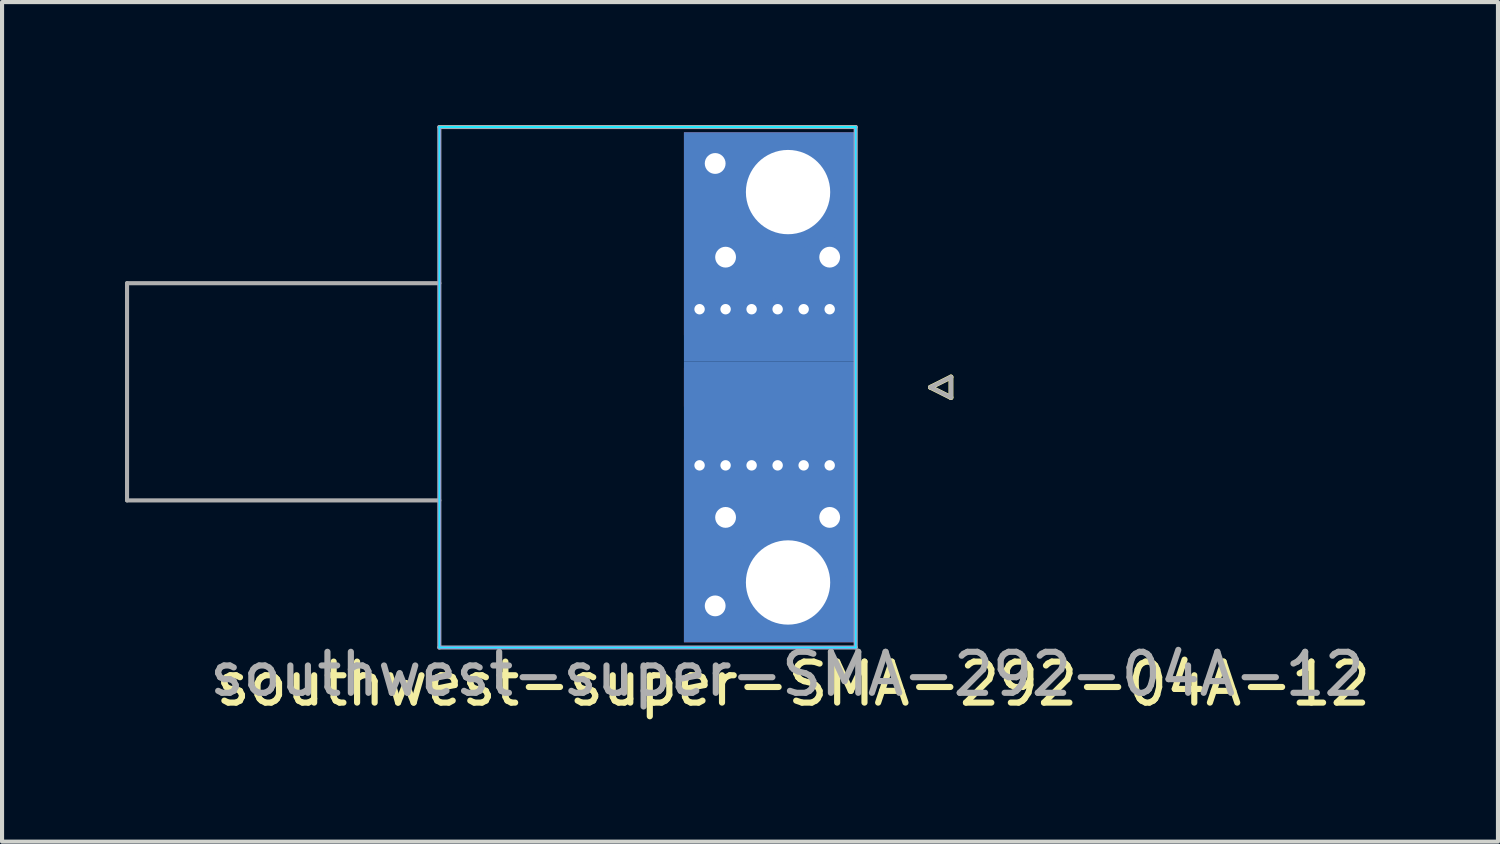
<source format=kicad_pcb>
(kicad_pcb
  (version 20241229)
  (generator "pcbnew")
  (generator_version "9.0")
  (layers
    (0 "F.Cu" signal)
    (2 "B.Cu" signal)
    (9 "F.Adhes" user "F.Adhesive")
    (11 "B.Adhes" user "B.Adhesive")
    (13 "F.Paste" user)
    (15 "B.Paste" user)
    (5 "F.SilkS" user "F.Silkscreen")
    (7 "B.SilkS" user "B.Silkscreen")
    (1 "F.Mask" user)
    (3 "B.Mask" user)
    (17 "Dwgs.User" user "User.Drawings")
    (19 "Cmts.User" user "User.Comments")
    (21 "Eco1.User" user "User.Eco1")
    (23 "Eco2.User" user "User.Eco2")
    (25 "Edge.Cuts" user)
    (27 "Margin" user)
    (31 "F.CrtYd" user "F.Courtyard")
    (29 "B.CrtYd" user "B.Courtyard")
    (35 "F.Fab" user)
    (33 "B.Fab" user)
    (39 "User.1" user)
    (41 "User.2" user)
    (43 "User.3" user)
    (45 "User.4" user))
  (footprint "southwest-super-SMA-292-04A-12"
    (layer "F.Cu")
    (at 13.385 6.4)
    (property "Reference" "southwest-super-SMA-292-04A-12" (at 2.921 7.239 0) (layer "F.SilkS") (effects (font (size 1 1) (thickness 0.15))))
    (attr smd)
    (fp_rect (start 0 -6.287) (end 4.445 6.35) (stroke (width 0.1) (type solid)) (fill yes) (layer "F.Mask"))
    (fp_line (start 6.269 0) (end 6.769 -0.25) (stroke (width 0.12) (type solid)) (layer "F.SilkS"))
    (fp_line (start 6.769 -0.25) (end 6.769 0.25) (stroke (width 0.12) (type solid)) (layer "F.SilkS"))
    (fp_line (start 6.769 0.25) (end 6.269 0) (stroke (width 0.12) (type solid)) (layer "F.SilkS"))
    (fp_line (start -5.715 -6.35) (end -5.715 6.35) (stroke (width 0.05) (type solid)) (layer "B.CrtYd"))
    (fp_line (start -5.715 -6.35) (end 4.445 -6.35) (stroke (width 0.05) (type solid)) (layer "B.CrtYd"))
    (fp_line (start -5.715 6.35) (end 4.445 6.35) (stroke (width 0.05) (type solid)) (layer "B.CrtYd"))
    (fp_line (start 4.445 -6.35) (end 4.445 6.35) (stroke (width 0.05) (type solid)) (layer "B.CrtYd"))
    (fp_line (start -5.715 -6.35) (end -5.715 6.35) (stroke (width 0.05) (type solid)) (layer "F.CrtYd"))
    (fp_line (start -5.715 6.35) (end 4.445 6.35) (stroke (width 0.05) (type solid)) (layer "F.CrtYd"))
    (fp_line (start 4.445 -6.35) (end -5.715 -6.35) (stroke (width 0.05) (type solid)) (layer "F.CrtYd"))
    (fp_line (start 4.445 -6.35) (end 4.445 6.35) (stroke (width 0.05) (type solid)) (layer "F.CrtYd"))
    (fp_line (start -13.335 -2.54) (end -13.335 2.76) (stroke (width 0.1) (type solid)) (layer "F.Fab"))
    (fp_line (start -13.335 -2.54) (end -5.715 -2.54) (stroke (width 0.1) (type solid)) (layer "F.Fab"))
    (fp_line (start -13.335 2.76) (end -5.715 2.76) (stroke (width 0.1) (type solid)) (layer "F.Fab"))
    (fp_line (start -5.715 -6.35) (end -5.715 6.35) (stroke (width 0.1) (type solid)) (layer "F.Fab"))
    (fp_line (start -5.715 6.35) (end 4.445 6.35) (stroke (width 0.1) (type solid)) (layer "F.Fab"))
    (fp_line (start 4.445 -6.35) (end -5.715 -6.35) (stroke (width 0.1) (type solid)) (layer "F.Fab"))
    (fp_line (start 4.445 -6.35) (end 4.445 6.35) (stroke (width 0.1) (type solid)) (layer "F.Fab"))
    (fp_line (start 6.269 0) (end 6.769 0.25) (stroke (width 0.1) (type solid)) (layer "F.Fab"))
    (fp_line (start 6.769 -0.25) (end 6.269 0) (stroke (width 0.1) (type solid)) (layer "F.Fab"))
    (fp_line (start 6.769 0.25) (end 6.769 -0.25) (stroke (width 0.1) (type solid)) (layer "F.Fab"))
    (fp_text user "${REFERENCE}" (at 2.769 7 0) (layer "F.Fab") (effects (font (size 1 1) (thickness 0.15))))
    (pad "1" smd rect (at 2.349 0) (size 4.191 0.947) (layers "F.Cu" "F.Mask"))
    (pad "2" thru_hole circle (at 0.635 -1.905) (size 0.508 0.508) (drill 0.254) (layers "*.Cu"))
    (pad "2" thru_hole circle (at 0.635 1.905) (size 0.508 0.508) (drill 0.254) (layers "*.Cu"))
    (pad "2" thru_hole circle (at 1.016 -5.461) (size 1.016 1.016) (drill 0.508) (layers "*.Cu"))
    (pad "2" thru_hole circle (at 1.016 5.334) (size 1.016 1.016) (drill 0.508) (layers "*.Cu"))
    (pad "2" thru_hole circle (at 1.27 -3.175) (size 1.016 1.016) (drill 0.508) (layers "*.Cu"))
    (pad "2" thru_hole circle (at 1.27 -1.905) (size 0.508 0.508) (drill 0.254) (layers "*.Cu"))
    (pad "2" thru_hole circle (at 1.27 1.905) (size 0.508 0.508) (drill 0.254) (layers "*.Cu"))
    (pad "2" thru_hole circle (at 1.27 3.175) (size 1.016 1.016) (drill 0.508) (layers "*.Cu"))
    (pad "2" thru_hole circle (at 1.905 -1.905) (size 0.508 0.508) (drill 0.254) (layers "*.Cu"))
    (pad "2" thru_hole circle (at 1.905 1.905) (size 0.508 0.508) (drill 0.254) (layers "*.Cu"))
    (pad "2" smd rect (at 2.349 -3.747) (size 4.191 4.953) (layers "F.Cu" "F.Mask"))
    (pad "2" smd rect (at 2.349 -3.429) (size 4.191 5.588) (layers "B.Cu" "B.Mask"))
    (pad "2" smd rect (at 2.349 2.794) (size 4.191 6.858) (layers "B.Cu" "B.Mask"))
    (pad "2" smd rect (at 2.349 3.747) (size 4.191 4.953) (layers "F.Cu" "F.Mask"))
    (pad "2" thru_hole circle (at 2.54 -1.905) (size 0.508 0.508) (drill 0.254) (layers "*.Cu"))
    (pad "2" thru_hole circle (at 2.54 1.905) (size 0.508 0.508) (drill 0.254) (layers "*.Cu"))
    (pad "2" thru_hole circle (at 2.794 -4.763) (size 2.794 2.794) (drill 2.057) (layers "*.Cu"))
    (pad "2" thru_hole circle (at 2.794 4.763) (size 2.794 2.794) (drill 2.057) (layers "*.Cu"))
    (pad "2" thru_hole circle (at 3.175 -1.905) (size 0.508 0.508) (drill 0.254) (layers "*.Cu"))
    (pad "2" thru_hole circle (at 3.175 1.905) (size 0.508 0.508) (drill 0.254) (layers "*.Cu"))
    (pad "2" thru_hole circle (at 3.81 -3.175) (size 1.016 1.016) (drill 0.508) (layers "*.Cu"))
    (pad "2" thru_hole circle (at 3.81 -1.905) (size 0.508 0.508) (drill 0.254) (layers "*.Cu"))
    (pad "2" thru_hole circle (at 3.81 1.905) (size 0.508 0.508) (drill 0.254) (layers "*.Cu"))
    (pad "2" thru_hole circle (at 3.81 3.175) (size 1.016 1.016) (drill 0.508) (layers "*.Cu")))
  (gr_rect
    (start -3 -3)
    (end 33.502 17.487)
    (stroke (width 0.1) (type default))
    (fill no)
    (layer "Edge.Cuts")))
</source>
